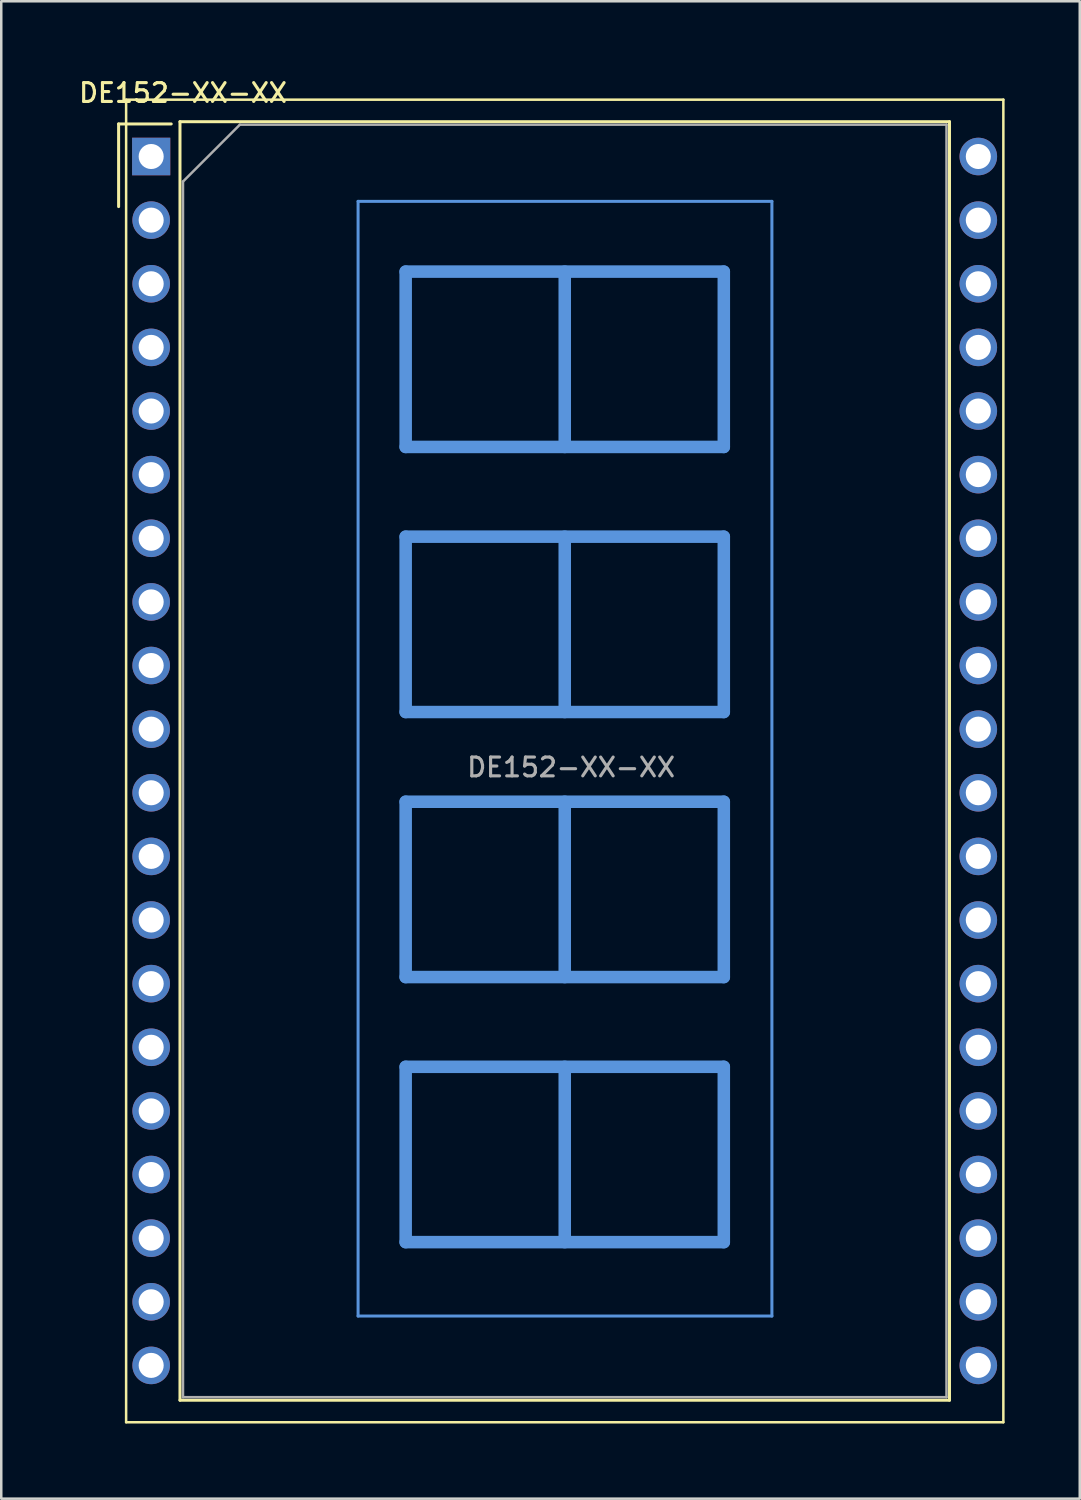
<source format=kicad_pcb>
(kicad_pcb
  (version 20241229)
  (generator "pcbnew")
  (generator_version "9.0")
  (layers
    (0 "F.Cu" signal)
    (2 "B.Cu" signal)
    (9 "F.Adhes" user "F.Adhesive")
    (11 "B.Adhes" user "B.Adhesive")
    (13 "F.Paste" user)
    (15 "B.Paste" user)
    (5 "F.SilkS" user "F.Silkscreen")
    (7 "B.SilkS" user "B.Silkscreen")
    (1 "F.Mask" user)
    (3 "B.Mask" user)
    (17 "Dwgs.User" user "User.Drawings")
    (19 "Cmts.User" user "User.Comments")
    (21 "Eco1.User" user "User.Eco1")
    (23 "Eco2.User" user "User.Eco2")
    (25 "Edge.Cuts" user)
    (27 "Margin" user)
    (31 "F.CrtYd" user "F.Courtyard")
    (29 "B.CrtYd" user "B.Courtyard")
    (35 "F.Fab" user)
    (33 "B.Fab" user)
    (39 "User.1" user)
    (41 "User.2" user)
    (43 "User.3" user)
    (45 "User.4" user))
  (footprint "DE152-XX-XX"
    (layer "F.Cu")
    (at 2.985 3.198)
    (property "Reference" "DE152-XX-XX" (at 1.27 -2.54 0) (layer "F.SilkS") (effects (font (size 0.75 0.75) (thickness 0.125))))
    (attr through_hole)
    (fp_line (start -1.3 -1.3) (end -1.3 2) (stroke (width 0.12) (type solid)) (layer "F.SilkS"))
    (fp_line (start -1.3 -1.3) (end 0.8 -1.3) (stroke (width 0.12) (type solid)) (layer "F.SilkS"))
    (fp_line (start -1 -2.27) (end 34.02 -2.27) (stroke (width 0.1) (type solid)) (layer "F.SilkS"))
    (fp_line (start -1 50.53) (end -1 -2.27) (stroke (width 0.1) (type solid)) (layer "F.SilkS"))
    (fp_line (start 1.15 -1.39) (end 1.15 49.65) (stroke (width 0.12) (type solid)) (layer "F.SilkS"))
    (fp_line (start 1.15 49.65) (end 31.87 49.65) (stroke (width 0.12) (type solid)) (layer "F.SilkS"))
    (fp_line (start 31.87 -1.39) (end 1.15 -1.39) (stroke (width 0.12) (type solid)) (layer "F.SilkS"))
    (fp_line (start 31.87 49.65) (end 31.87 -1.39) (stroke (width 0.12) (type solid)) (layer "F.SilkS"))
    (fp_line (start 34.02 -2.27) (end 34.02 50.53) (stroke (width 0.1) (type solid)) (layer "F.SilkS"))
    (fp_line (start 34.02 50.53) (end -1 50.53) (stroke (width 0.1) (type solid)) (layer "F.SilkS"))
    (fp_line (start 8.26 1.79) (end 8.26 46.29) (stroke (width 0.12) (type solid)) (layer "Cmts.User"))
    (fp_line (start 8.26 1.79) (end 24.78 1.79) (stroke (width 0.12) (type solid)) (layer "Cmts.User"))
    (fp_line (start 8.26 46.29) (end 24.78 46.29) (stroke (width 0.12) (type solid)) (layer "Cmts.User"))
    (fp_line (start 10.16 4.595) (end 22.86 4.595) (stroke (width 0.5) (type solid)) (layer "Cmts.User"))
    (fp_line (start 10.16 11.595) (end 10.16 4.595) (stroke (width 0.5) (type solid)) (layer "Cmts.User"))
    (fp_line (start 10.16 15.177) (end 22.86 15.177) (stroke (width 0.5) (type solid)) (layer "Cmts.User"))
    (fp_line (start 10.16 22.177) (end 10.16 15.177) (stroke (width 0.5) (type solid)) (layer "Cmts.User"))
    (fp_line (start 10.16 25.758) (end 22.86 25.758) (stroke (width 0.5) (type solid)) (layer "Cmts.User"))
    (fp_line (start 10.16 32.758) (end 10.16 25.758) (stroke (width 0.5) (type solid)) (layer "Cmts.User"))
    (fp_line (start 10.16 36.34) (end 22.86 36.34) (stroke (width 0.5) (type solid)) (layer "Cmts.User"))
    (fp_line (start 10.16 43.34) (end 10.16 36.34) (stroke (width 0.5) (type solid)) (layer "Cmts.User"))
    (fp_line (start 16.51 4.595) (end 16.51 11.595) (stroke (width 0.5) (type solid)) (layer "Cmts.User"))
    (fp_line (start 16.51 15.177) (end 16.51 22.177) (stroke (width 0.5) (type solid)) (layer "Cmts.User"))
    (fp_line (start 16.51 25.758) (end 16.51 32.758) (stroke (width 0.5) (type solid)) (layer "Cmts.User"))
    (fp_line (start 16.51 36.34) (end 16.51 43.34) (stroke (width 0.5) (type solid)) (layer "Cmts.User"))
    (fp_line (start 22.86 4.595) (end 22.86 11.595) (stroke (width 0.5) (type solid)) (layer "Cmts.User"))
    (fp_line (start 22.86 11.595) (end 10.16 11.595) (stroke (width 0.5) (type solid)) (layer "Cmts.User"))
    (fp_line (start 22.86 15.177) (end 22.86 22.177) (stroke (width 0.5) (type solid)) (layer "Cmts.User"))
    (fp_line (start 22.86 22.177) (end 10.16 22.177) (stroke (width 0.5) (type solid)) (layer "Cmts.User"))
    (fp_line (start 22.86 25.758) (end 22.86 32.758) (stroke (width 0.5) (type solid)) (layer "Cmts.User"))
    (fp_line (start 22.86 32.758) (end 10.16 32.758) (stroke (width 0.5) (type solid)) (layer "Cmts.User"))
    (fp_line (start 22.86 36.34) (end 22.86 43.34) (stroke (width 0.5) (type solid)) (layer "Cmts.User"))
    (fp_line (start 22.86 43.34) (end 10.16 43.34) (stroke (width 0.5) (type solid)) (layer "Cmts.User"))
    (fp_line (start 24.78 46.29) (end 24.78 1.79) (stroke (width 0.12) (type solid)) (layer "Cmts.User"))
    (fp_line (start 1.27 1) (end 3.54 -1.27) (stroke (width 0.1) (type solid)) (layer "F.Fab"))
    (fp_line (start 1.27 49.53) (end 1.27 1) (stroke (width 0.1) (type solid)) (layer "F.Fab"))
    (fp_line (start 3.54 -1.27) (end 31.75 -1.27) (stroke (width 0.1) (type solid)) (layer "F.Fab"))
    (fp_line (start 31.75 -1.27) (end 31.75 49.53) (stroke (width 0.1) (type solid)) (layer "F.Fab"))
    (fp_line (start 31.75 49.53) (end 1.27 49.53) (stroke (width 0.1) (type solid)) (layer "F.Fab"))
    (fp_text user "${REFERENCE}" (at 16.764 24.384 0) (layer "F.Fab") (effects (font (size 0.75 0.75) (thickness 0.125))))
    (pad "1" thru_hole rect (at 0 0 270) (size 1.5 1.524) (drill 1) (layers "*.Cu" "*.Mask"))
    (pad "2" thru_hole circle (at 0 2.54 270) (size 1.5 1.5) (drill 1) (layers "*.Cu" "*.Mask"))
    (pad "3" thru_hole circle (at 0 5.08 270) (size 1.5 1.5) (drill 1) (layers "*.Cu" "*.Mask"))
    (pad "4" thru_hole circle (at 0 7.62 270) (size 1.5 1.5) (drill 1) (layers "*.Cu" "*.Mask"))
    (pad "5" thru_hole circle (at 0 10.16 270) (size 1.5 1.5) (drill 1) (layers "*.Cu" "*.Mask"))
    (pad "6" thru_hole circle (at 0 12.7 270) (size 1.5 1.5) (drill 1) (layers "*.Cu" "*.Mask"))
    (pad "7" thru_hole circle (at 0 15.24 270) (size 1.5 1.5) (drill 1) (layers "*.Cu" "*.Mask"))
    (pad "8" thru_hole circle (at 0 17.78 270) (size 1.5 1.5) (drill 1) (layers "*.Cu" "*.Mask"))
    (pad "9" thru_hole circle (at 0 20.32 270) (size 1.5 1.5) (drill 1) (layers "*.Cu" "*.Mask"))
    (pad "10" thru_hole circle (at 0 22.86 270) (size 1.5 1.5) (drill 1) (layers "*.Cu" "*.Mask"))
    (pad "11" thru_hole circle (at 0 25.4 270) (size 1.5 1.5) (drill 1) (layers "*.Cu" "*.Mask"))
    (pad "12" thru_hole circle (at 0 27.94 270) (size 1.5 1.5) (drill 1) (layers "*.Cu" "*.Mask"))
    (pad "13" thru_hole circle (at 0 30.48 270) (size 1.5 1.5) (drill 1) (layers "*.Cu" "*.Mask"))
    (pad "14" thru_hole circle (at 0 33.02 270) (size 1.5 1.5) (drill 1) (layers "*.Cu" "*.Mask"))
    (pad "15" thru_hole circle (at 0 35.56 270) (size 1.5 1.5) (drill 1) (layers "*.Cu" "*.Mask"))
    (pad "16" thru_hole circle (at 0 38.1 270) (size 1.5 1.5) (drill 1) (layers "*.Cu" "*.Mask"))
    (pad "17" thru_hole circle (at 0 40.64 270) (size 1.5 1.5) (drill 1) (layers "*.Cu" "*.Mask"))
    (pad "18" thru_hole circle (at 0 43.18 270) (size 1.5 1.5) (drill 1) (layers "*.Cu" "*.Mask"))
    (pad "19" thru_hole circle (at 0 45.72 270) (size 1.5 1.5) (drill 1) (layers "*.Cu" "*.Mask"))
    (pad "20" thru_hole circle (at 0 48.26 270) (size 1.5 1.5) (drill 1) (layers "*.Cu" "*.Mask"))
    (pad "21" thru_hole circle (at 33.02 48.26 90) (size 1.5 1.5) (drill 1) (layers "*.Cu" "*.Mask"))
    (pad "22" thru_hole circle (at 33.02 45.72 90) (size 1.5 1.5) (drill 1) (layers "*.Cu" "*.Mask"))
    (pad "23" thru_hole circle (at 33.02 43.18 90) (size 1.5 1.5) (drill 1) (layers "*.Cu" "*.Mask"))
    (pad "24" thru_hole circle (at 33.02 40.64 90) (size 1.5 1.5) (drill 1) (layers "*.Cu" "*.Mask"))
    (pad "25" thru_hole circle (at 33.02 38.1 90) (size 1.5 1.5) (drill 1) (layers "*.Cu" "*.Mask"))
    (pad "26" thru_hole circle (at 33.02 35.56 270) (size 1.5 1.5) (drill 1) (layers "*.Cu" "*.Mask"))
    (pad "27" thru_hole circle (at 33.02 33.02 270) (size 1.5 1.5) (drill 1) (layers "*.Cu" "*.Mask"))
    (pad "28" thru_hole circle (at 33.02 30.48 270) (size 1.5 1.5) (drill 1) (layers "*.Cu" "*.Mask"))
    (pad "29" thru_hole circle (at 33.02 27.94 270) (size 1.5 1.5) (drill 1) (layers "*.Cu" "*.Mask"))
    (pad "30" thru_hole circle (at 33.02 25.4 270) (size 1.5 1.5) (drill 1) (layers "*.Cu" "*.Mask"))
    (pad "31" thru_hole circle (at 33.02 22.86 270) (size 1.5 1.5) (drill 1) (layers "*.Cu" "*.Mask"))
    (pad "32" thru_hole circle (at 33.02 20.32 270) (size 1.5 1.5) (drill 1) (layers "*.Cu" "*.Mask"))
    (pad "33" thru_hole circle (at 33.02 17.78 270) (size 1.5 1.5) (drill 1) (layers "*.Cu" "*.Mask"))
    (pad "34" thru_hole circle (at 33.02 15.24 270) (size 1.5 1.5) (drill 1) (layers "*.Cu" "*.Mask"))
    (pad "35" thru_hole circle (at 33.02 12.7 270) (size 1.5 1.5) (drill 1) (layers "*.Cu" "*.Mask"))
    (pad "36" thru_hole circle (at 33.02 10.16 270) (size 1.5 1.5) (drill 1) (layers "*.Cu" "*.Mask"))
    (pad "37" thru_hole circle (at 33.02 7.62 270) (size 1.5 1.5) (drill 1) (layers "*.Cu" "*.Mask"))
    (pad "38" thru_hole circle (at 33.02 5.08 270) (size 1.5 1.5) (drill 1) (layers "*.Cu" "*.Mask"))
    (pad "39" thru_hole circle (at 33.02 2.54 270) (size 1.5 1.5) (drill 1) (layers "*.Cu" "*.Mask"))
    (pad "40" thru_hole circle (at 33.02 0 270) (size 1.5 1.5) (drill 1) (layers "*.Cu" "*.Mask")))
  (gr_rect
    (start -3 -3)
    (end 40.055 56.778)
    (stroke (width 0.1) (type default))
    (fill no)
    (layer "Edge.Cuts")))
</source>
